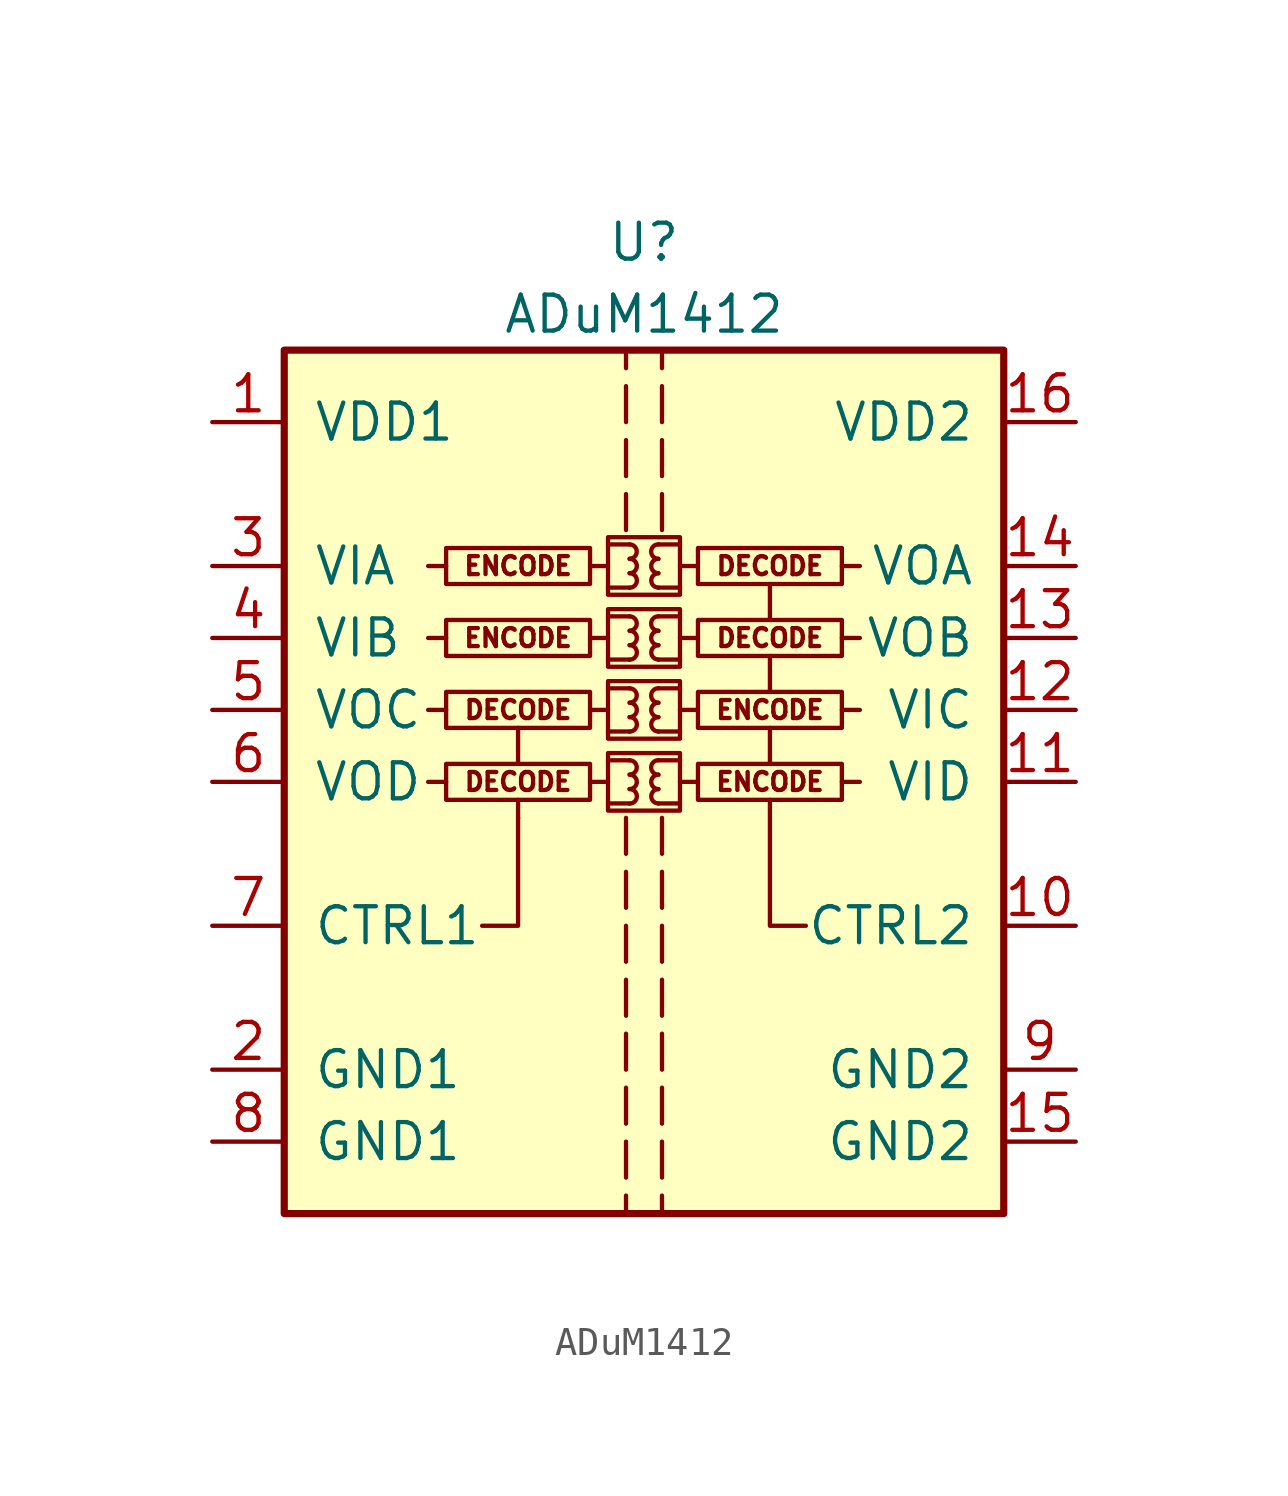
<source format=kicad_sym>
(kicad_symbol_lib
  (version 20201005)
  (generator kicad_symbol_editor)
  (symbol "ADuM1412"
    (pin_names
      (offset 1.016))
    (property "Reference" "U"
      (at 0 19.05 0)
      (effects (font (size 1.27 1.27))))
    (property "Value" "ADuM1412"
      (at 0 16.51 0)
      (effects (font (size 1.27 1.27))))
    (symbol "ADuM1412_0_0"
      (arc (start -0.508 -0.762) (end -0.508 -0.254) (radius (at -0.508 -0.508) (length 0.254) (angles -89.9 89.9)) (stroke (width 0)) (fill (type none)))
      (arc (start -0.508 -0.254) (end -0.508 0.254) (radius (at -0.508 0) (length 0.254) (angles -89.9 89.9)) (stroke (width 0)) (fill (type none)))
      (arc (start -0.508 0.254) (end -0.508 0.762) (radius (at -0.508 0.508) (length 0.254) (angles -89.9 89.9)) (stroke (width 0)) (fill (type none)))
      (arc (start -0.508 1.778) (end -0.508 2.286) (radius (at -0.508 2.032) (length 0.254) (angles -89.9 89.9)) (stroke (width 0)) (fill (type none)))
      (arc (start -0.508 2.286) (end -0.508 2.794) (radius (at -0.508 2.54) (length 0.254) (angles -89.9 89.9)) (stroke (width 0)) (fill (type none)))
      (arc (start -0.508 2.794) (end -0.508 3.302) (radius (at -0.508 3.048) (length 0.254) (angles -89.9 89.9)) (stroke (width 0)) (fill (type none)))
      (arc (start -0.508 4.318) (end -0.508 4.826) (radius (at -0.508 4.572) (length 0.254) (angles -89.9 89.9)) (stroke (width 0)) (fill (type none)))
      (arc (start -0.508 4.826) (end -0.508 5.334) (radius (at -0.508 5.08) (length 0.254) (angles -89.9 89.9)) (stroke (width 0)) (fill (type none)))
      (arc (start -0.508 5.334) (end -0.508 5.842) (radius (at -0.508 5.588) (length 0.254) (angles -89.9 89.9)) (stroke (width 0)) (fill (type none)))
      (arc (start -0.508 6.858) (end -0.508 7.366) (radius (at -0.508 7.112) (length 0.254) (angles -89.9 89.9)) (stroke (width 0)) (fill (type none)))
      (arc (start -0.508 7.366) (end -0.508 7.874) (radius (at -0.508 7.62) (length 0.254) (angles -89.9 89.9)) (stroke (width 0)) (fill (type none)))
      (arc (start -0.508 7.874) (end -0.508 8.382) (radius (at -0.508 8.128) (length 0.254) (angles -89.9 89.9)) (stroke (width 0)) (fill (type none)))
      (arc (start 0.508 -0.254) (end 0.508 -0.762) (radius (at 0.508 -0.508) (length 0.254) (angles 90.1 -90.1)) (stroke (width 0)) (fill (type none)))
      (arc (start 0.508 0.254) (end 0.508 -0.254) (radius (at 0.508 0) (length 0.254) (angles 90.1 -90.1)) (stroke (width 0)) (fill (type none)))
      (arc (start 0.508 0.762) (end 0.508 0.254) (radius (at 0.508 0.508) (length 0.254) (angles 90.1 -90.1)) (stroke (width 0)) (fill (type none)))
      (arc (start 0.508 2.286) (end 0.508 1.778) (radius (at 0.508 2.032) (length 0.254) (angles 90.1 -90.1)) (stroke (width 0)) (fill (type none)))
      (arc (start 0.508 2.794) (end 0.508 2.286) (radius (at 0.508 2.54) (length 0.254) (angles 90.1 -90.1)) (stroke (width 0)) (fill (type none)))
      (arc (start 0.508 3.302) (end 0.508 2.794) (radius (at 0.508 3.048) (length 0.254) (angles 90.1 -90.1)) (stroke (width 0)) (fill (type none)))
      (arc (start 0.508 4.826) (end 0.508 4.318) (radius (at 0.508 4.572) (length 0.254) (angles 90.1 -90.1)) (stroke (width 0)) (fill (type none)))
      (arc (start 0.508 5.334) (end 0.508 4.826) (radius (at 0.508 5.08) (length 0.254) (angles 90.1 -90.1)) (stroke (width 0)) (fill (type none)))
      (arc (start 0.508 5.842) (end 0.508 5.334) (radius (at 0.508 5.588) (length 0.254) (angles 90.1 -90.1)) (stroke (width 0)) (fill (type none)))
      (arc (start 0.508 7.366) (end 0.508 6.858) (radius (at 0.508 7.112) (length 0.254) (angles 90.1 -90.1)) (stroke (width 0)) (fill (type none)))
      (arc (start 0.508 7.874) (end 0.508 7.366) (radius (at 0.508 7.62) (length 0.254) (angles 90.1 -90.1)) (stroke (width 0)) (fill (type none)))
      (arc (start 0.508 8.382) (end 0.508 7.874) (radius (at 0.508 8.128) (length 0.254) (angles 90.1 -90.1)) (stroke (width 0)) (fill (type none)))
      (text "DECODE" (at -4.445 0 0) (effects (font (size 0.635 0.635))))
      (text "DECODE" (at -4.445 2.54 0) (effects (font (size 0.635 0.635))))
      (text "DECODE" (at 4.445 5.08 0) (effects (font (size 0.635 0.635))))
      (text "DECODE" (at 4.445 7.62 0) (effects (font (size 0.635 0.635))))
      (text "ENCODE" (at -4.445 5.08 0) (effects (font (size 0.635 0.635))))
      (text "ENCODE" (at -4.445 7.62 0) (effects (font (size 0.635 0.635))))
      (text "ENCODE" (at 4.445 0 0) (effects (font (size 0.635 0.635))))
      (text "ENCODE" (at 4.445 2.54 0) (effects (font (size 0.635 0.635))))
      (rectangle (start -1.905 0.635) (end -6.985 -0.635) (stroke (width 0)) (fill (type none)))
      (rectangle (start -1.27 1.016) (end 1.27 -1.016) (stroke (width 0)) (fill (type none)))
      (rectangle (start -1.27 3.556) (end 1.27 1.524) (stroke (width 0)) (fill (type none)))
      (rectangle (start -1.27 6.096) (end 1.27 4.064) (stroke (width 0)) (fill (type none)))
      (rectangle (start -1.27 8.636) (end 1.27 6.604) (stroke (width 0)) (fill (type none)))
      (rectangle (start 1.905 0.635) (end 6.985 -0.635) (stroke (width 0)) (fill (type none)))
      (rectangle (start 1.905 3.175) (end 6.985 1.905) (stroke (width 0)) (fill (type none)))
      (rectangle (start 1.905 5.715) (end 6.985 4.445) (stroke (width 0)) (fill (type none)))
      (rectangle (start 1.905 8.255) (end 6.985 6.985) (stroke (width 0)) (fill (type none)))
      (polyline (pts (xy -6.985 0) (xy -7.62 0)) (stroke (width 0)) (fill (type none)))
      (polyline (pts (xy -6.985 2.54) (xy -7.62 2.54)) (stroke (width 0)) (fill (type none)))
      (polyline (pts (xy -6.985 5.08) (xy -7.62 5.08)) (stroke (width 0)) (fill (type none)))
      (polyline (pts (xy -6.985 7.62) (xy -7.62 7.62)) (stroke (width 0)) (fill (type none)))
      (polyline (pts (xy -4.445 -1.27) (xy -4.445 -0.635)) (stroke (width 0)) (fill (type none)))
      (polyline (pts (xy -4.445 0.635) (xy -4.445 1.905)) (stroke (width 0)) (fill (type none)))
      (polyline (pts (xy -1.905 0) (xy -1.27 0)) (stroke (width 0)) (fill (type none)))
      (polyline (pts (xy -1.905 2.54) (xy -1.27 2.54)) (stroke (width 0)) (fill (type none)))
      (polyline (pts (xy -1.905 5.08) (xy -1.27 5.08)) (stroke (width 0)) (fill (type none)))
      (polyline (pts (xy -1.905 7.62) (xy -1.27 7.62)) (stroke (width 0)) (fill (type none)))
      (polyline (pts (xy -1.27 -0.762) (xy -0.508 -0.762)) (stroke (width 0)) (fill (type none)))
      (polyline (pts (xy -1.27 0.762) (xy -0.508 0.762)) (stroke (width 0)) (fill (type none)))
      (polyline (pts (xy -1.27 1.778) (xy -0.508 1.778)) (stroke (width 0)) (fill (type none)))
      (polyline (pts (xy -1.27 3.302) (xy -0.508 3.302)) (stroke (width 0)) (fill (type none)))
      (polyline (pts (xy -1.27 4.318) (xy -0.508 4.318)) (stroke (width 0)) (fill (type none)))
      (polyline (pts (xy -1.27 5.842) (xy -0.508 5.842)) (stroke (width 0)) (fill (type none)))
      (polyline (pts (xy -1.27 6.858) (xy -0.508 6.858)) (stroke (width 0)) (fill (type none)))
      (polyline (pts (xy -1.27 8.382) (xy -0.508 8.382)) (stroke (width 0)) (fill (type none)))
      (polyline (pts (xy -0.635 -10.795) (xy -0.635 -12.065)) (stroke (width 0)) (fill (type none)))
      (polyline (pts (xy -0.635 -8.89) (xy -0.635 -10.16)) (stroke (width 0)) (fill (type none)))
      (polyline (pts (xy -0.635 -6.985) (xy -0.635 -8.255)) (stroke (width 0)) (fill (type none)))
      (polyline (pts (xy -0.635 -5.08) (xy -0.635 -6.35)) (stroke (width 0)) (fill (type none)))
      (polyline (pts (xy -0.635 -3.175) (xy -0.635 -4.445)) (stroke (width 0)) (fill (type none)))
      (polyline (pts (xy -0.635 -1.27) (xy -0.635 -2.54)) (stroke (width 0)) (fill (type none)))
      (polyline (pts (xy -0.635 8.89) (xy -0.635 10.16)) (stroke (width 0)) (fill (type none)))
      (polyline (pts (xy -0.635 10.795) (xy -0.635 12.065)) (stroke (width 0)) (fill (type none)))
      (polyline (pts (xy -0.635 12.7) (xy -0.635 13.97)) (stroke (width 0)) (fill (type none)))
      (polyline (pts (xy -0.635 15.24) (xy -0.635 14.605)) (stroke (width 0)) (fill (type none)))
      (polyline (pts (xy 0.635 -10.795) (xy 0.635 -12.065)) (stroke (width 0)) (fill (type none)))
      (polyline (pts (xy 0.635 -8.89) (xy 0.635 -10.16)) (stroke (width 0)) (fill (type none)))
      (polyline (pts (xy 0.635 -6.985) (xy 0.635 -8.255)) (stroke (width 0)) (fill (type none)))
      (polyline (pts (xy 0.635 -5.08) (xy 0.635 -6.35)) (stroke (width 0)) (fill (type none)))
      (polyline (pts (xy 0.635 -3.175) (xy 0.635 -4.445)) (stroke (width 0)) (fill (type none)))
      (polyline (pts (xy 0.635 -1.27) (xy 0.635 -2.54)) (stroke (width 0)) (fill (type none)))
      (polyline (pts (xy 0.635 8.89) (xy 0.635 10.16)) (stroke (width 0)) (fill (type none)))
      (polyline (pts (xy 0.635 12.065) (xy 0.635 10.795)) (stroke (width 0)) (fill (type none)))
      (polyline (pts (xy 0.635 13.97) (xy 0.635 12.7)) (stroke (width 0)) (fill (type none)))
      (polyline (pts (xy 0.635 14.605) (xy 0.635 15.24)) (stroke (width 0)) (fill (type none)))
      (polyline (pts (xy 1.27 -0.762) (xy 0.508 -0.762)) (stroke (width 0)) (fill (type none)))
      (polyline (pts (xy 1.27 0.762) (xy 0.508 0.762)) (stroke (width 0)) (fill (type none)))
      (polyline (pts (xy 1.27 1.778) (xy 0.508 1.778)) (stroke (width 0)) (fill (type none)))
      (polyline (pts (xy 1.27 3.302) (xy 0.508 3.302)) (stroke (width 0)) (fill (type none)))
      (polyline (pts (xy 1.27 4.318) (xy 0.508 4.318)) (stroke (width 0)) (fill (type none)))
      (polyline (pts (xy 1.27 5.842) (xy 0.508 5.842)) (stroke (width 0)) (fill (type none)))
      (polyline (pts (xy 1.27 6.858) (xy 0.508 6.858)) (stroke (width 0)) (fill (type none)))
      (polyline (pts (xy 1.27 8.382) (xy 0.508 8.382)) (stroke (width 0)) (fill (type none)))
      (polyline (pts (xy 1.905 0) (xy 1.27 0)) (stroke (width 0)) (fill (type none)))
      (polyline (pts (xy 1.905 2.54) (xy 1.27 2.54)) (stroke (width 0)) (fill (type none)))
      (polyline (pts (xy 1.905 5.08) (xy 1.27 5.08)) (stroke (width 0)) (fill (type none)))
      (polyline (pts (xy 1.905 7.62) (xy 1.27 7.62)) (stroke (width 0)) (fill (type none)))
      (polyline (pts (xy 4.445 0.635) (xy 4.445 1.905)) (stroke (width 0)) (fill (type none)))
      (polyline (pts (xy 4.445 3.175) (xy 4.445 4.445)) (stroke (width 0)) (fill (type none)))
      (polyline (pts (xy 4.445 5.715) (xy 4.445 6.985)) (stroke (width 0)) (fill (type none)))
      (polyline (pts (xy 6.985 0) (xy 7.62 0)) (stroke (width 0)) (fill (type none)))
      (polyline (pts (xy 6.985 2.54) (xy 7.62 2.54)) (stroke (width 0)) (fill (type none)))
      (polyline (pts (xy 6.985 5.08) (xy 7.62 5.08)) (stroke (width 0)) (fill (type none)))
      (polyline (pts (xy 6.985 7.62) (xy 7.62 7.62)) (stroke (width 0)) (fill (type none)))
      (polyline (pts (xy -4.445 -1.27) (xy -4.445 -5.08) (xy -5.715 -5.08)) (stroke (width 0)) (fill (type none)))
      (polyline (pts (xy 5.715 -5.08) (xy 4.445 -5.08) (xy 4.445 -0.635)) (stroke (width 0)) (fill (type none))))
    (symbol "ADuM1412_0_1"
      (rectangle (start -1.905 3.175) (end -6.985 1.905) (stroke (width 0)) (fill (type none)))
      (rectangle (start -1.905 5.715) (end -6.985 4.445) (stroke (width 0)) (fill (type none)))
      (rectangle (start -1.905 8.255) (end -6.985 6.985) (stroke (width 0)) (fill (type none)))
      (rectangle (start -12.7 15.24) (end 12.7 -15.24) (stroke (width 0.254)) (fill (type background)))
      (polyline (pts (xy -0.635 -14.605) (xy -0.635 -15.24)) (stroke (width 0)) (fill (type none)))
      (polyline (pts (xy -0.635 -12.7) (xy -0.635 -13.97)) (stroke (width 0)) (fill (type none)))
      (polyline (pts (xy 0.635 -14.605) (xy 0.635 -15.24)) (stroke (width 0)) (fill (type none)))
      (polyline (pts (xy 0.635 -12.7) (xy 0.635 -13.97)) (stroke (width 0)) (fill (type none))))
    (symbol "ADuM1412_1_1"
      (pin power_in line (at -15.24 12.7 0) (length 2.54) (name "VDD1" (effects (font (size 1.27 1.27)))) (number "1" (effects (font (size 1.27 1.27)))))
      (pin input line (at 15.24 -5.08 180) (length 2.54) (name "CTRL2" (effects (font (size 1.27 1.27)))) (number "10" (effects (font (size 1.27 1.27)))))
      (pin input line (at 15.24 0 180) (length 2.54) (name "VID" (effects (font (size 1.27 1.27)))) (number "11" (effects (font (size 1.27 1.27)))))
      (pin input line (at 15.24 2.54 180) (length 2.54) (name "VIC" (effects (font (size 1.27 1.27)))) (number "12" (effects (font (size 1.27 1.27)))))
      (pin output line (at 15.24 5.08 180) (length 2.54) (name "VOB" (effects (font (size 1.27 1.27)))) (number "13" (effects (font (size 1.27 1.27)))))
      (pin output line (at 15.24 7.62 180) (length 2.54) (name "VOA" (effects (font (size 1.27 1.27)))) (number "14" (effects (font (size 1.27 1.27)))))
      (pin power_in line (at 15.24 -12.7 180) (length 2.54) (name "GND2" (effects (font (size 1.27 1.27)))) (number "15" (effects (font (size 1.27 1.27)))))
      (pin power_in line (at 15.24 12.7 180) (length 2.54) (name "VDD2" (effects (font (size 1.27 1.27)))) (number "16" (effects (font (size 1.27 1.27)))))
      (pin power_in line (at -15.24 -10.16 0) (length 2.54) (name "GND1" (effects (font (size 1.27 1.27)))) (number "2" (effects (font (size 1.27 1.27)))))
      (pin input line (at -15.24 7.62 0) (length 2.54) (name "VIA" (effects (font (size 1.27 1.27)))) (number "3" (effects (font (size 1.27 1.27)))))
      (pin input line (at -15.24 5.08 0) (length 2.54) (name "VIB" (effects (font (size 1.27 1.27)))) (number "4" (effects (font (size 1.27 1.27)))))
      (pin output line (at -15.24 2.54 0) (length 2.54) (name "VOC" (effects (font (size 1.27 1.27)))) (number "5" (effects (font (size 1.27 1.27)))))
      (pin output line (at -15.24 0 0) (length 2.54) (name "VOD" (effects (font (size 1.27 1.27)))) (number "6" (effects (font (size 1.27 1.27)))))
      (pin input line (at -15.24 -5.08 0) (length 2.54) (name "CTRL1" (effects (font (size 1.27 1.27)))) (number "7" (effects (font (size 1.27 1.27)))))
      (pin power_in line (at -15.24 -12.7 0) (length 2.54) (name "GND1" (effects (font (size 1.27 1.27)))) (number "8" (effects (font (size 1.27 1.27)))))
      (pin power_in line (at 15.24 -10.16 180) (length 2.54) (name "GND2" (effects (font (size 1.27 1.27)))) (number "9" (effects (font (size 1.27 1.27))))))))
</source>
